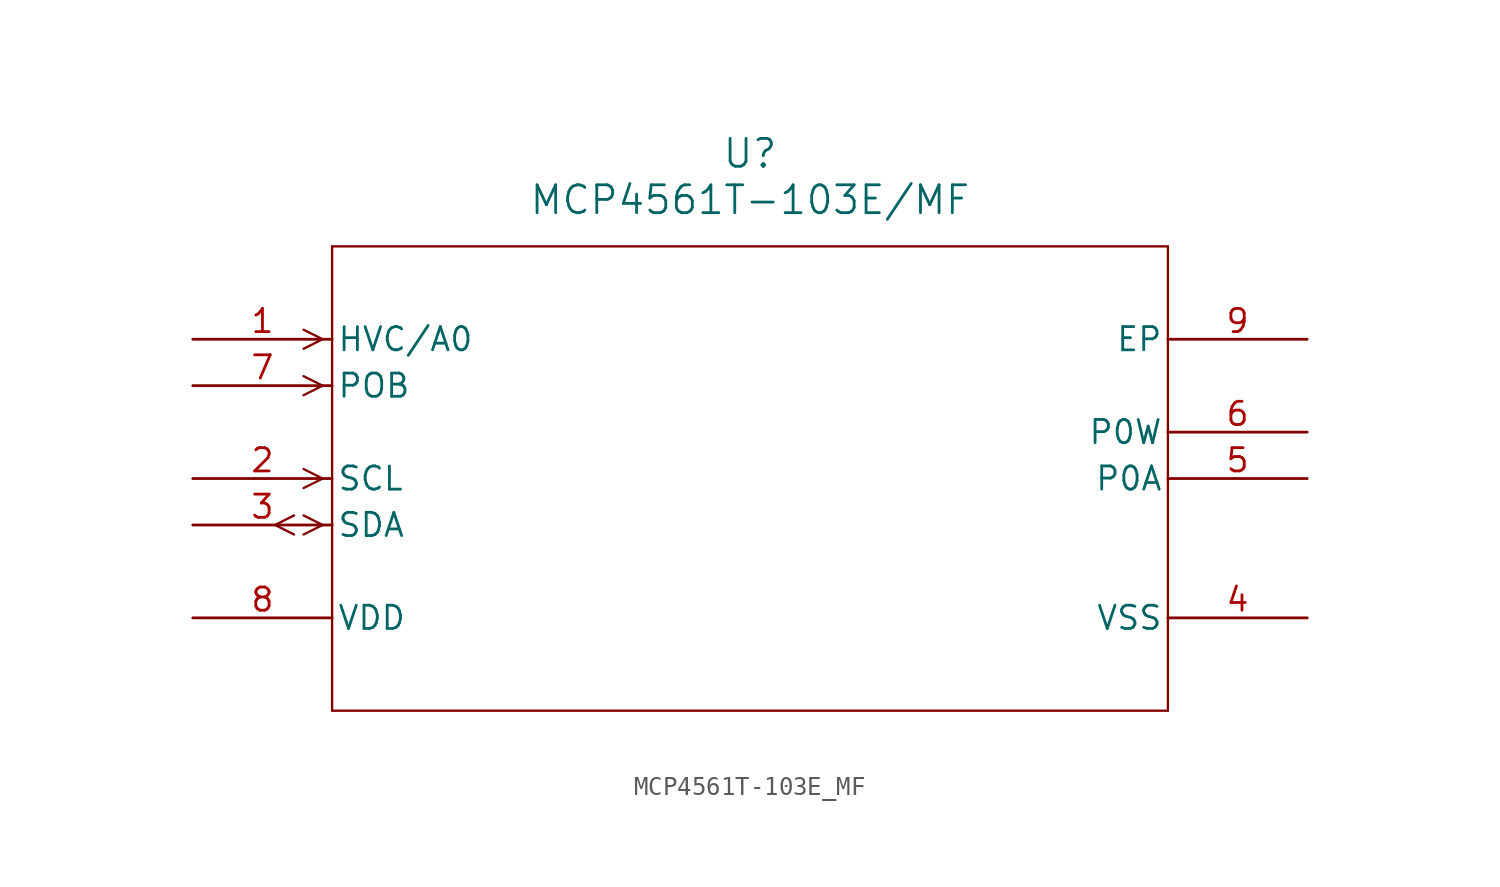
<source format=kicad_sym>
(kicad_symbol_lib
  (version 20211014)
  (generator kicad_symbol_editor)
  (symbol "MCP4561T-103E_MF"
    (pin_names
      (offset 0.254))
    (property "Reference" "U"
      (at 30.48 10.16 0)
      (effects (font (size 1.524 1.524))))
    (property "Value" "MCP4561T-103E/MF"
      (at 30.48 7.62 0)
      (effects (font (size 1.524 1.524))))
    (symbol "MCP4561T-103E_MF_0_1"
      (polyline (pts (xy 7.099 0) (xy 6.058 0.521)) (stroke (width 0.127) (type default) (color 0 0 0 0)) (fill (type none)))
      (polyline (pts (xy 7.099 0) (xy 6.058 -0.521)) (stroke (width 0.127) (type default) (color 0 0 0 0)) (fill (type none)))
      (polyline (pts (xy 7.099 -2.54) (xy 6.058 -2.019)) (stroke (width 0.127) (type default) (color 0 0 0 0)) (fill (type none)))
      (polyline (pts (xy 7.099 -2.54) (xy 6.058 -3.061)) (stroke (width 0.127) (type default) (color 0 0 0 0)) (fill (type none)))
      (polyline (pts (xy 7.099 -7.62) (xy 6.058 -7.099)) (stroke (width 0.127) (type default) (color 0 0 0 0)) (fill (type none)))
      (polyline (pts (xy 7.099 -7.62) (xy 6.058 -8.141)) (stroke (width 0.127) (type default) (color 0 0 0 0)) (fill (type none)))
      (polyline (pts (xy 7.099 -10.16) (xy 6.058 -9.639)) (stroke (width 0.127) (type default) (color 0 0 0 0)) (fill (type none)))
      (polyline (pts (xy 7.099 -10.16) (xy 6.058 -10.681)) (stroke (width 0.127) (type default) (color 0 0 0 0)) (fill (type none)))
      (polyline (pts (xy 5.537 -9.639) (xy 4.496 -10.16)) (stroke (width 0.127) (type default) (color 0 0 0 0)) (fill (type none)))
      (polyline (pts (xy 5.537 -10.681) (xy 4.496 -10.16)) (stroke (width 0.127) (type default) (color 0 0 0 0)) (fill (type none)))
      (polyline (pts (xy 7.62 5.08) (xy 7.62 -20.32)) (stroke (width 0.127) (type default) (color 0 0 0 0)) (fill (type none)))
      (polyline (pts (xy 7.62 -20.32) (xy 53.34 -20.32)) (stroke (width 0.127) (type default) (color 0 0 0 0)) (fill (type none)))
      (polyline (pts (xy 53.34 -20.32) (xy 53.34 5.08)) (stroke (width 0.127) (type default) (color 0 0 0 0)) (fill (type none)))
      (polyline (pts (xy 53.34 5.08) (xy 7.62 5.08)) (stroke (width 0.127) (type default) (color 0 0 0 0)) (fill (type none)))
      (pin input line (at 0 -2.54 0) (length 7.62) (name "POB" (effects (font (size 1.27 1.27)))) (number "7" (effects (font (size 1.27 1.27)))))
      (pin unspecified line (at 60.96 0 180) (length 7.62) (name "EP" (effects (font (size 1.27 1.27)))) (number "9" (effects (font (size 1.27 1.27)))))
      (pin input line (at 0 0 0) (length 7.62) (name "HVC/A0" (effects (font (size 1.27 1.27)))) (number "1" (effects (font (size 1.27 1.27)))))
      (pin unspecified line (at 60.96 -5.08 180) (length 7.62) (name "P0W" (effects (font (size 1.27 1.27)))) (number "6" (effects (font (size 1.27 1.27)))))
      (pin unspecified line (at 60.96 -7.62 180) (length 7.62) (name "P0A" (effects (font (size 1.27 1.27)))) (number "5" (effects (font (size 1.27 1.27)))))
      (pin input line (at 0 -7.62 0) (length 7.62) (name "SCL" (effects (font (size 1.27 1.27)))) (number "2" (effects (font (size 1.27 1.27)))))
      (pin bidirectional line (at 0 -10.16 0) (length 7.62) (name "SDA" (effects (font (size 1.27 1.27)))) (number "3" (effects (font (size 1.27 1.27)))))
      (pin power_in line (at 0 -15.24 0) (length 7.62) (name "VDD" (effects (font (size 1.27 1.27)))) (number "8" (effects (font (size 1.27 1.27)))))
      (pin power_in line (at 60.96 -15.24 180) (length 7.62) (name "VSS" (effects (font (size 1.27 1.27)))) (number "4" (effects (font (size 1.27 1.27))))))))
</source>
